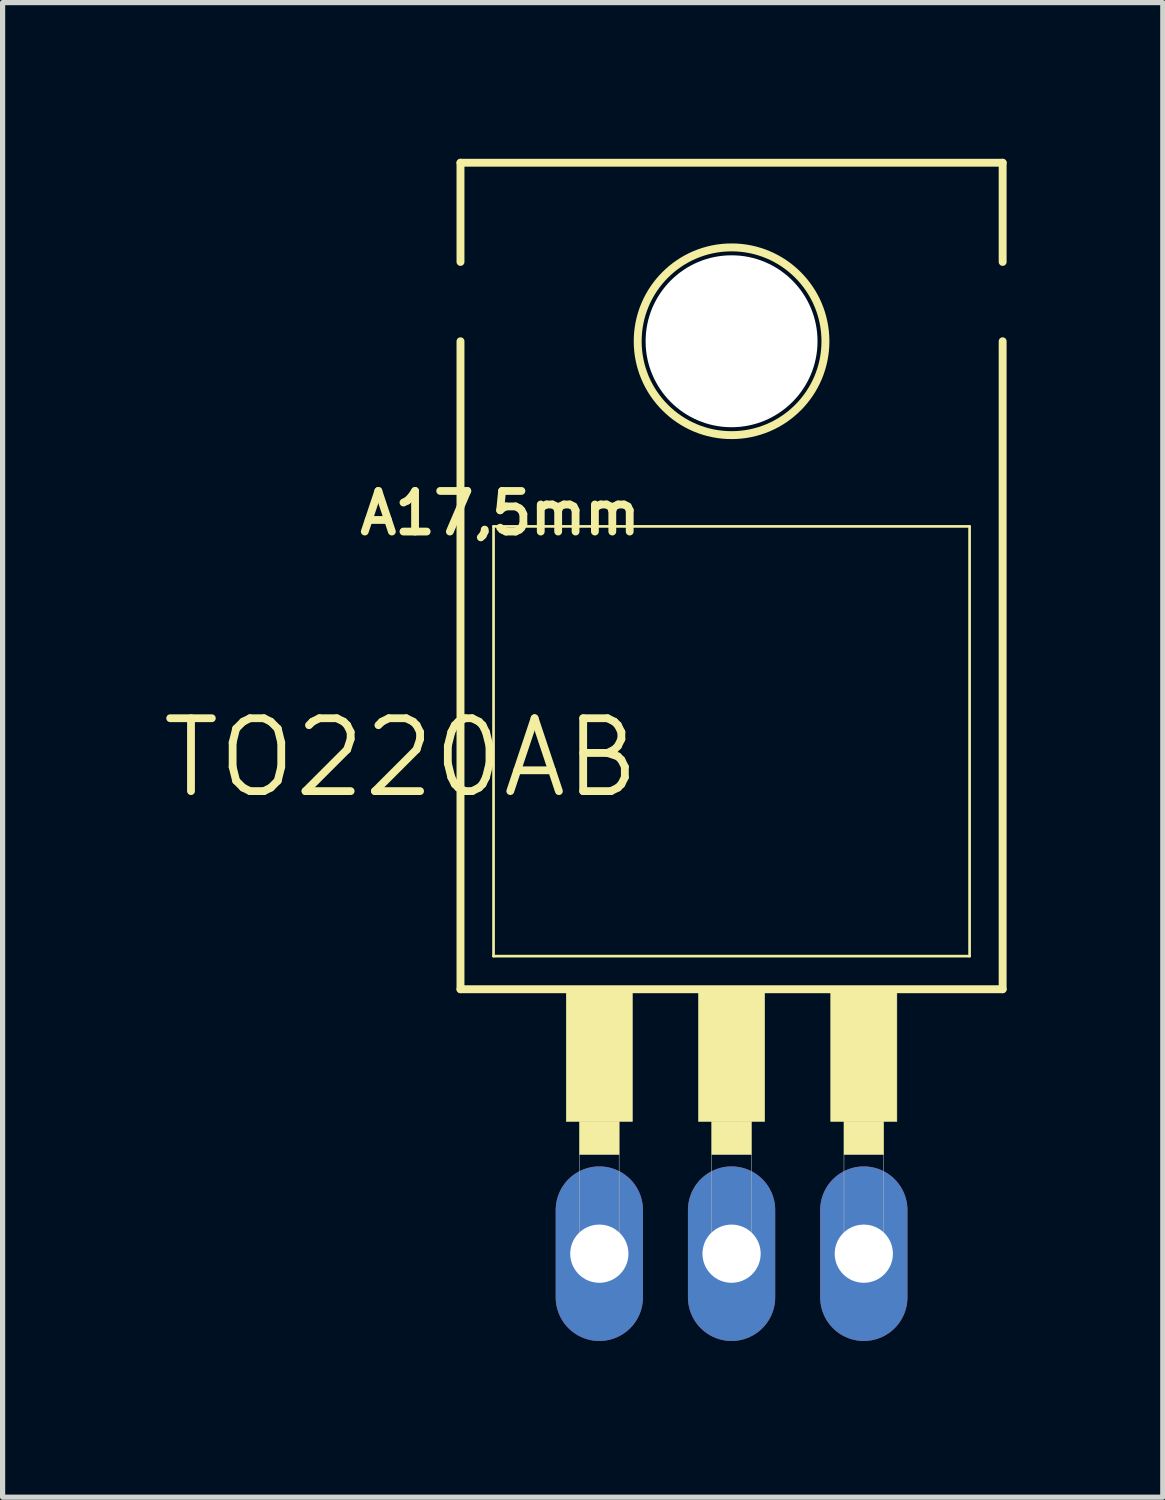
<source format=kicad_pcb>
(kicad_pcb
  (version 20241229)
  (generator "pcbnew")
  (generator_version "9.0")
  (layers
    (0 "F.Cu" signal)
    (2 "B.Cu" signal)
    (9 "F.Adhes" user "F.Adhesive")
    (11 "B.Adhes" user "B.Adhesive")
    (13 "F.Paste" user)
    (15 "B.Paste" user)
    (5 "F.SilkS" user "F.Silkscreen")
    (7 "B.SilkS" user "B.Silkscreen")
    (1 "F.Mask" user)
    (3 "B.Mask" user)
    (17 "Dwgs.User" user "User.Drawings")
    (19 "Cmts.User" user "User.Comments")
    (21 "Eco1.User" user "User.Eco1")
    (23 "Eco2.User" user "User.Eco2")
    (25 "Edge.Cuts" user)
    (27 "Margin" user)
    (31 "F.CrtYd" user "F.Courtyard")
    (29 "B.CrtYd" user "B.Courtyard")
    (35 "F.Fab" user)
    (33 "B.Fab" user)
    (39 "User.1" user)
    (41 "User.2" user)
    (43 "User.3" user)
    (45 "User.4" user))
  (footprint "TO220AB"
    (layer "F.Cu")
    (at 11.002 14.681)
    (property "Reference" "TO220AB" (at -6.35 -3.175 180) (layer "F.SilkS") (effects (font (size 1.4 1.4) (thickness 0.15))))
    (attr through_hole)
    (fp_line (start -5.207 -12.7) (end -5.207 -14.605) (stroke (width 0.152) (type solid)) (layer "F.SilkS"))
    (fp_line (start -5.207 1.27) (end -5.207 -11.176) (stroke (width 0.152) (type solid)) (layer "F.SilkS"))
    (fp_line (start -5.207 1.27) (end 5.207 1.27) (stroke (width 0.152) (type solid)) (layer "F.SilkS"))
    (fp_line (start -4.572 0.635) (end -4.572 -7.62) (stroke (width 0.051) (type solid)) (layer "F.SilkS"))
    (fp_line (start -4.572 0.635) (end 4.572 0.635) (stroke (width 0.051) (type solid)) (layer "F.SilkS"))
    (fp_line (start 4.572 -7.62) (end -4.572 -7.62) (stroke (width 0.051) (type solid)) (layer "F.SilkS"))
    (fp_line (start 4.572 -7.62) (end 4.572 0.635) (stroke (width 0.051) (type solid)) (layer "F.SilkS"))
    (fp_line (start 5.207 -14.605) (end -5.207 -14.605) (stroke (width 0.152) (type solid)) (layer "F.SilkS"))
    (fp_line (start 5.207 -12.7) (end 5.207 -14.605) (stroke (width 0.152) (type solid)) (layer "F.SilkS"))
    (fp_line (start 5.207 1.27) (end 5.207 -11.176) (stroke (width 0.152) (type solid)) (layer "F.SilkS"))
    (fp_circle (center 0 -11.176) (end 1.803 -11.176) (stroke (width 0.152) (type solid)) (fill no) (layer "F.SilkS"))
    (fp_poly (pts (xy -3.175 1.27) (xy -1.905 1.27) (xy -1.905 3.81) (xy -3.175 3.81)) (stroke (width 0.01) (type solid)) (fill yes) (layer "F.SilkS"))
    (fp_poly (pts (xy -2.921 3.81) (xy -2.159 3.81) (xy -2.159 4.445) (xy -2.921 4.445)) (stroke (width 0.01) (type solid)) (fill yes) (layer "F.SilkS"))
    (fp_poly (pts (xy -0.635 1.27) (xy 0.635 1.27) (xy 0.635 3.81) (xy -0.635 3.81)) (stroke (width 0.01) (type solid)) (fill yes) (layer "F.SilkS"))
    (fp_poly (pts (xy -0.381 3.81) (xy 0.381 3.81) (xy 0.381 4.445) (xy -0.381 4.445)) (stroke (width 0.01) (type solid)) (fill yes) (layer "F.SilkS"))
    (fp_poly (pts (xy 1.905 1.27) (xy 3.175 1.27) (xy 3.175 3.81) (xy 1.905 3.81)) (stroke (width 0.01) (type solid)) (fill yes) (layer "F.SilkS"))
    (fp_poly (pts (xy 2.159 3.81) (xy 2.921 3.81) (xy 2.921 4.445) (xy 2.159 4.445)) (stroke (width 0.01) (type solid)) (fill yes) (layer "F.SilkS"))
    (fp_poly (pts (xy -2.921 4.445) (xy -2.159 4.445) (xy -2.159 6.35) (xy -2.921 6.35)) (stroke (width 0.01) (type solid)) (fill no) (layer "F.Fab"))
    (fp_poly (pts (xy -0.381 4.445) (xy 0.381 4.445) (xy 0.381 6.35) (xy -0.381 6.35)) (stroke (width 0.01) (type solid)) (fill no) (layer "F.Fab"))
    (fp_poly (pts (xy 2.159 4.445) (xy 2.921 4.445) (xy 2.921 6.35) (xy 2.159 6.35)) (stroke (width 0.01) (type solid)) (fill no) (layer "F.Fab"))
    (fp_text user "A17,5mm" (at -4.445 -7.874 0) (layer "F.SilkS") (effects (font (size 0.78 0.78) (thickness 0.15))))
    (pad "" np_thru_hole circle (at 0 -11.176) (size 3.302 3.302) (drill 3.302) (layers "*.Cu" "*.Mask"))
    (pad "1" thru_hole oval (at -2.54 6.35) (size 1.676 3.353) (drill 1.118) (layers "*.Cu" "*.Mask"))
    (pad "2" thru_hole oval (at 0 6.35) (size 1.676 3.353) (drill 1.118) (layers "*.Cu" "*.Mask"))
    (pad "3" thru_hole oval (at 2.54 6.35) (size 1.676 3.353) (drill 1.118) (layers "*.Cu" "*.Mask"))
    (zone (net_name "") (layers "F.Cu" "B.Cu") (hatch full 0.508) (connect_pads) (min_thickness 0) (filled_areas_thickness no) (keepout (tracks allowed) (vias not_allowed) (pads allowed) (copperpour allowed) (footprints allowed)) (placement (enabled no)) (fill) (polygon (pts (xy 13.923 3.505) (xy 13.909 3.792) (xy 13.867 4.075) (xy 13.797 4.353) (xy 13.7 4.623) (xy 13.578 4.882) (xy 13.43 5.128) (xy 13.26 5.358) (xy 13.067 5.571) (xy 12.855 5.763) (xy 12.624 5.934) (xy 12.379 6.081) (xy 12.119 6.204) (xy 11.85 6.3) (xy 11.572 6.37) (xy 11.288 6.412) (xy 11.002 6.426) (xy 10.715 6.412) (xy 10.432 6.37) (xy 10.154 6.3) (xy 9.884 6.204) (xy 9.625 6.081) (xy 9.379 5.934) (xy 9.149 5.763) (xy 8.936 5.571) (xy 8.744 5.358) (xy 8.573 5.128) (xy 8.426 4.882) (xy 8.303 4.623) (xy 8.206 4.353) (xy 8.137 4.075) (xy 8.095 3.792) (xy 8.081 3.505) (xy 8.095 3.219) (xy 8.137 2.935) (xy 8.206 2.657) (xy 8.303 2.387) (xy 8.426 2.128) (xy 8.573 1.882) (xy 8.744 1.652) (xy 8.936 1.44) (xy 9.149 1.247) (xy 9.379 1.076) (xy 9.625 0.929) (xy 9.884 0.807) (xy 10.154 0.71) (xy 10.432 0.64) (xy 10.715 0.598) (xy 11.002 0.584) (xy 11.288 0.598) (xy 11.572 0.64) (xy 11.85 0.71) (xy 12.119 0.807) (xy 12.379 0.929) (xy 12.624 1.076) (xy 12.855 1.247) (xy 13.067 1.44) (xy 13.26 1.652) (xy 13.43 1.882) (xy 13.578 2.128) (xy 13.7 2.387) (xy 13.797 2.657) (xy 13.867 2.935) (xy 13.909 3.219))))
    (zone (net_name "") (layer "B.Cu") (hatch full 0.508) (connect_pads) (min_thickness 0) (filled_areas_thickness no) (keepout (tracks not_allowed) (vias not_allowed) (pads not_allowed) (copperpour not_allowed) (footprints allowed)) (placement (enabled no)) (fill) (polygon (pts (xy 13.923 3.505) (xy 13.909 3.792) (xy 13.867 4.075) (xy 13.797 4.353) (xy 13.7 4.623) (xy 13.578 4.882) (xy 13.43 5.128) (xy 13.26 5.358) (xy 13.067 5.571) (xy 12.855 5.763) (xy 12.624 5.934) (xy 12.379 6.081) (xy 12.119 6.204) (xy 11.85 6.3) (xy 11.572 6.37) (xy 11.288 6.412) (xy 11.002 6.426) (xy 10.715 6.412) (xy 10.432 6.37) (xy 10.154 6.3) (xy 9.884 6.204) (xy 9.625 6.081) (xy 9.379 5.934) (xy 9.149 5.763) (xy 8.936 5.571) (xy 8.744 5.358) (xy 8.573 5.128) (xy 8.426 4.882) (xy 8.303 4.623) (xy 8.206 4.353) (xy 8.137 4.075) (xy 8.095 3.792) (xy 8.081 3.505) (xy 8.095 3.219) (xy 8.137 2.935) (xy 8.206 2.657) (xy 8.303 2.387) (xy 8.426 2.128) (xy 8.573 1.882) (xy 8.744 1.652) (xy 8.936 1.44) (xy 9.149 1.247) (xy 9.379 1.076) (xy 9.625 0.929) (xy 9.884 0.807) (xy 10.154 0.71) (xy 10.432 0.64) (xy 10.715 0.598) (xy 11.002 0.584) (xy 11.288 0.598) (xy 11.572 0.64) (xy 11.85 0.71) (xy 12.119 0.807) (xy 12.379 0.929) (xy 12.624 1.076) (xy 12.855 1.247) (xy 13.067 1.44) (xy 13.26 1.652) (xy 13.43 1.882) (xy 13.578 2.128) (xy 13.7 2.387) (xy 13.797 2.657) (xy 13.867 2.935) (xy 13.909 3.219)))))
  (gr_rect
    (start -3 -3)
    (end 19.285 25.708)
    (stroke (width 0.1) (type default))
    (fill no)
    (layer "Edge.Cuts")))
</source>
